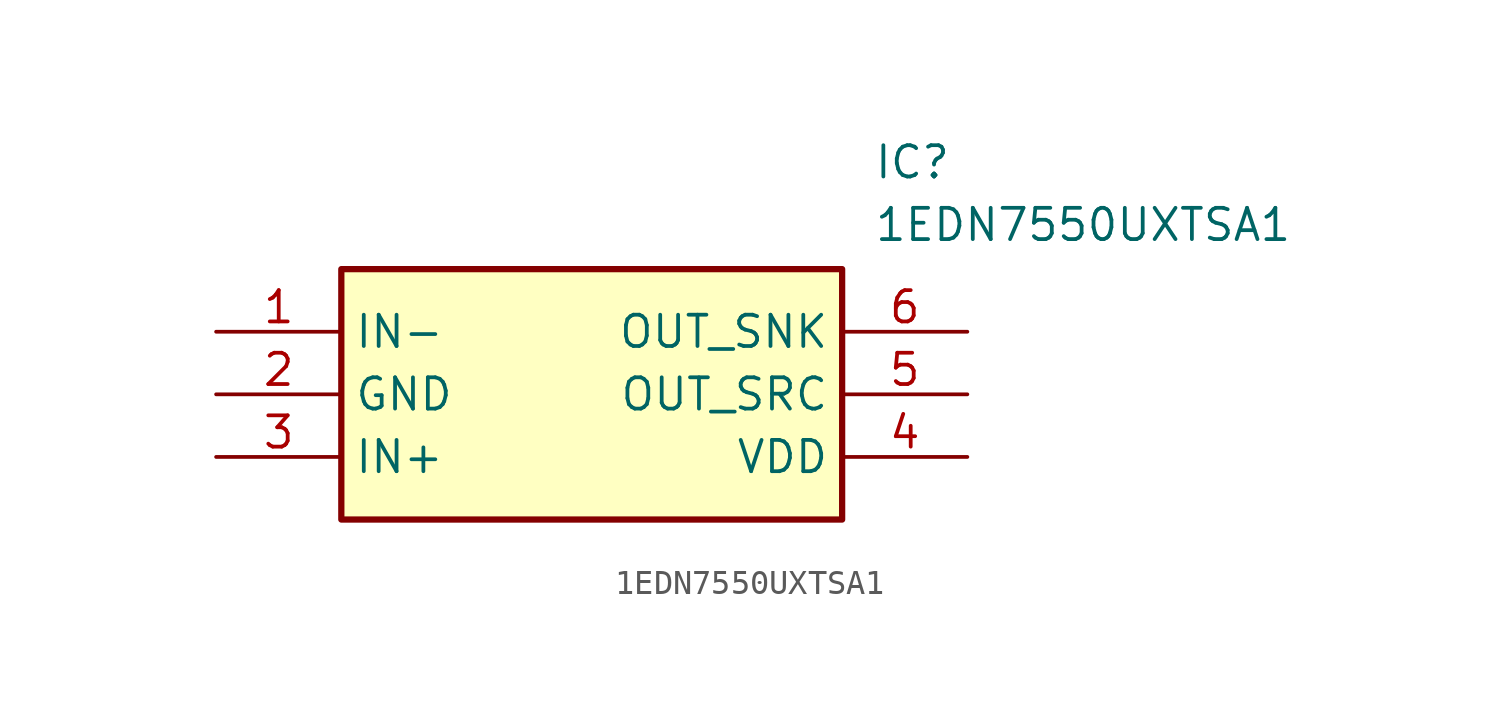
<source format=kicad_sym>
(kicad_symbol_lib
  (version 20211014)
  (generator SamacSys_ECAD_Model)
  (symbol "1EDN7550UXTSA1"
    (property "Reference" "IC"
      (at 26.67 7.62 0)
      (effects (font (size 1.27 1.27)) (justify left top)))
    (property "Value" "1EDN7550UXTSA1"
      (at 26.67 5.08 0)
      (effects (font (size 1.27 1.27)) (justify left top)))
    (rectangle
      (start 5.08 2.54)
      (end 25.4 -7.62)
      (stroke (width 0.254) (type default))
      (fill (type background)))
    (pin passive line
      (at 0 0 0)
      (length 5.08)
      (name "IN-" (effects (font (size 1.27 1.27))))
      (number "1" (effects (font (size 1.27 1.27)))))
    (pin passive line
      (at 0 -2.54 0)
      (length 5.08)
      (name "GND" (effects (font (size 1.27 1.27))))
      (number "2" (effects (font (size 1.27 1.27)))))
    (pin passive line
      (at 0 -5.08 0)
      (length 5.08)
      (name "IN+" (effects (font (size 1.27 1.27))))
      (number "3" (effects (font (size 1.27 1.27)))))
    (pin passive line
      (at 30.48 -5.08 180)
      (length 5.08)
      (name "VDD" (effects (font (size 1.27 1.27))))
      (number "4" (effects (font (size 1.27 1.27)))))
    (pin passive line
      (at 30.48 -2.54 180)
      (length 5.08)
      (name "OUT_SRC" (effects (font (size 1.27 1.27))))
      (number "5" (effects (font (size 1.27 1.27)))))
    (pin passive line
      (at 30.48 0 180)
      (length 5.08)
      (name "OUT_SNK" (effects (font (size 1.27 1.27))))
      (number "6" (effects (font (size 1.27 1.27)))))))
</source>
